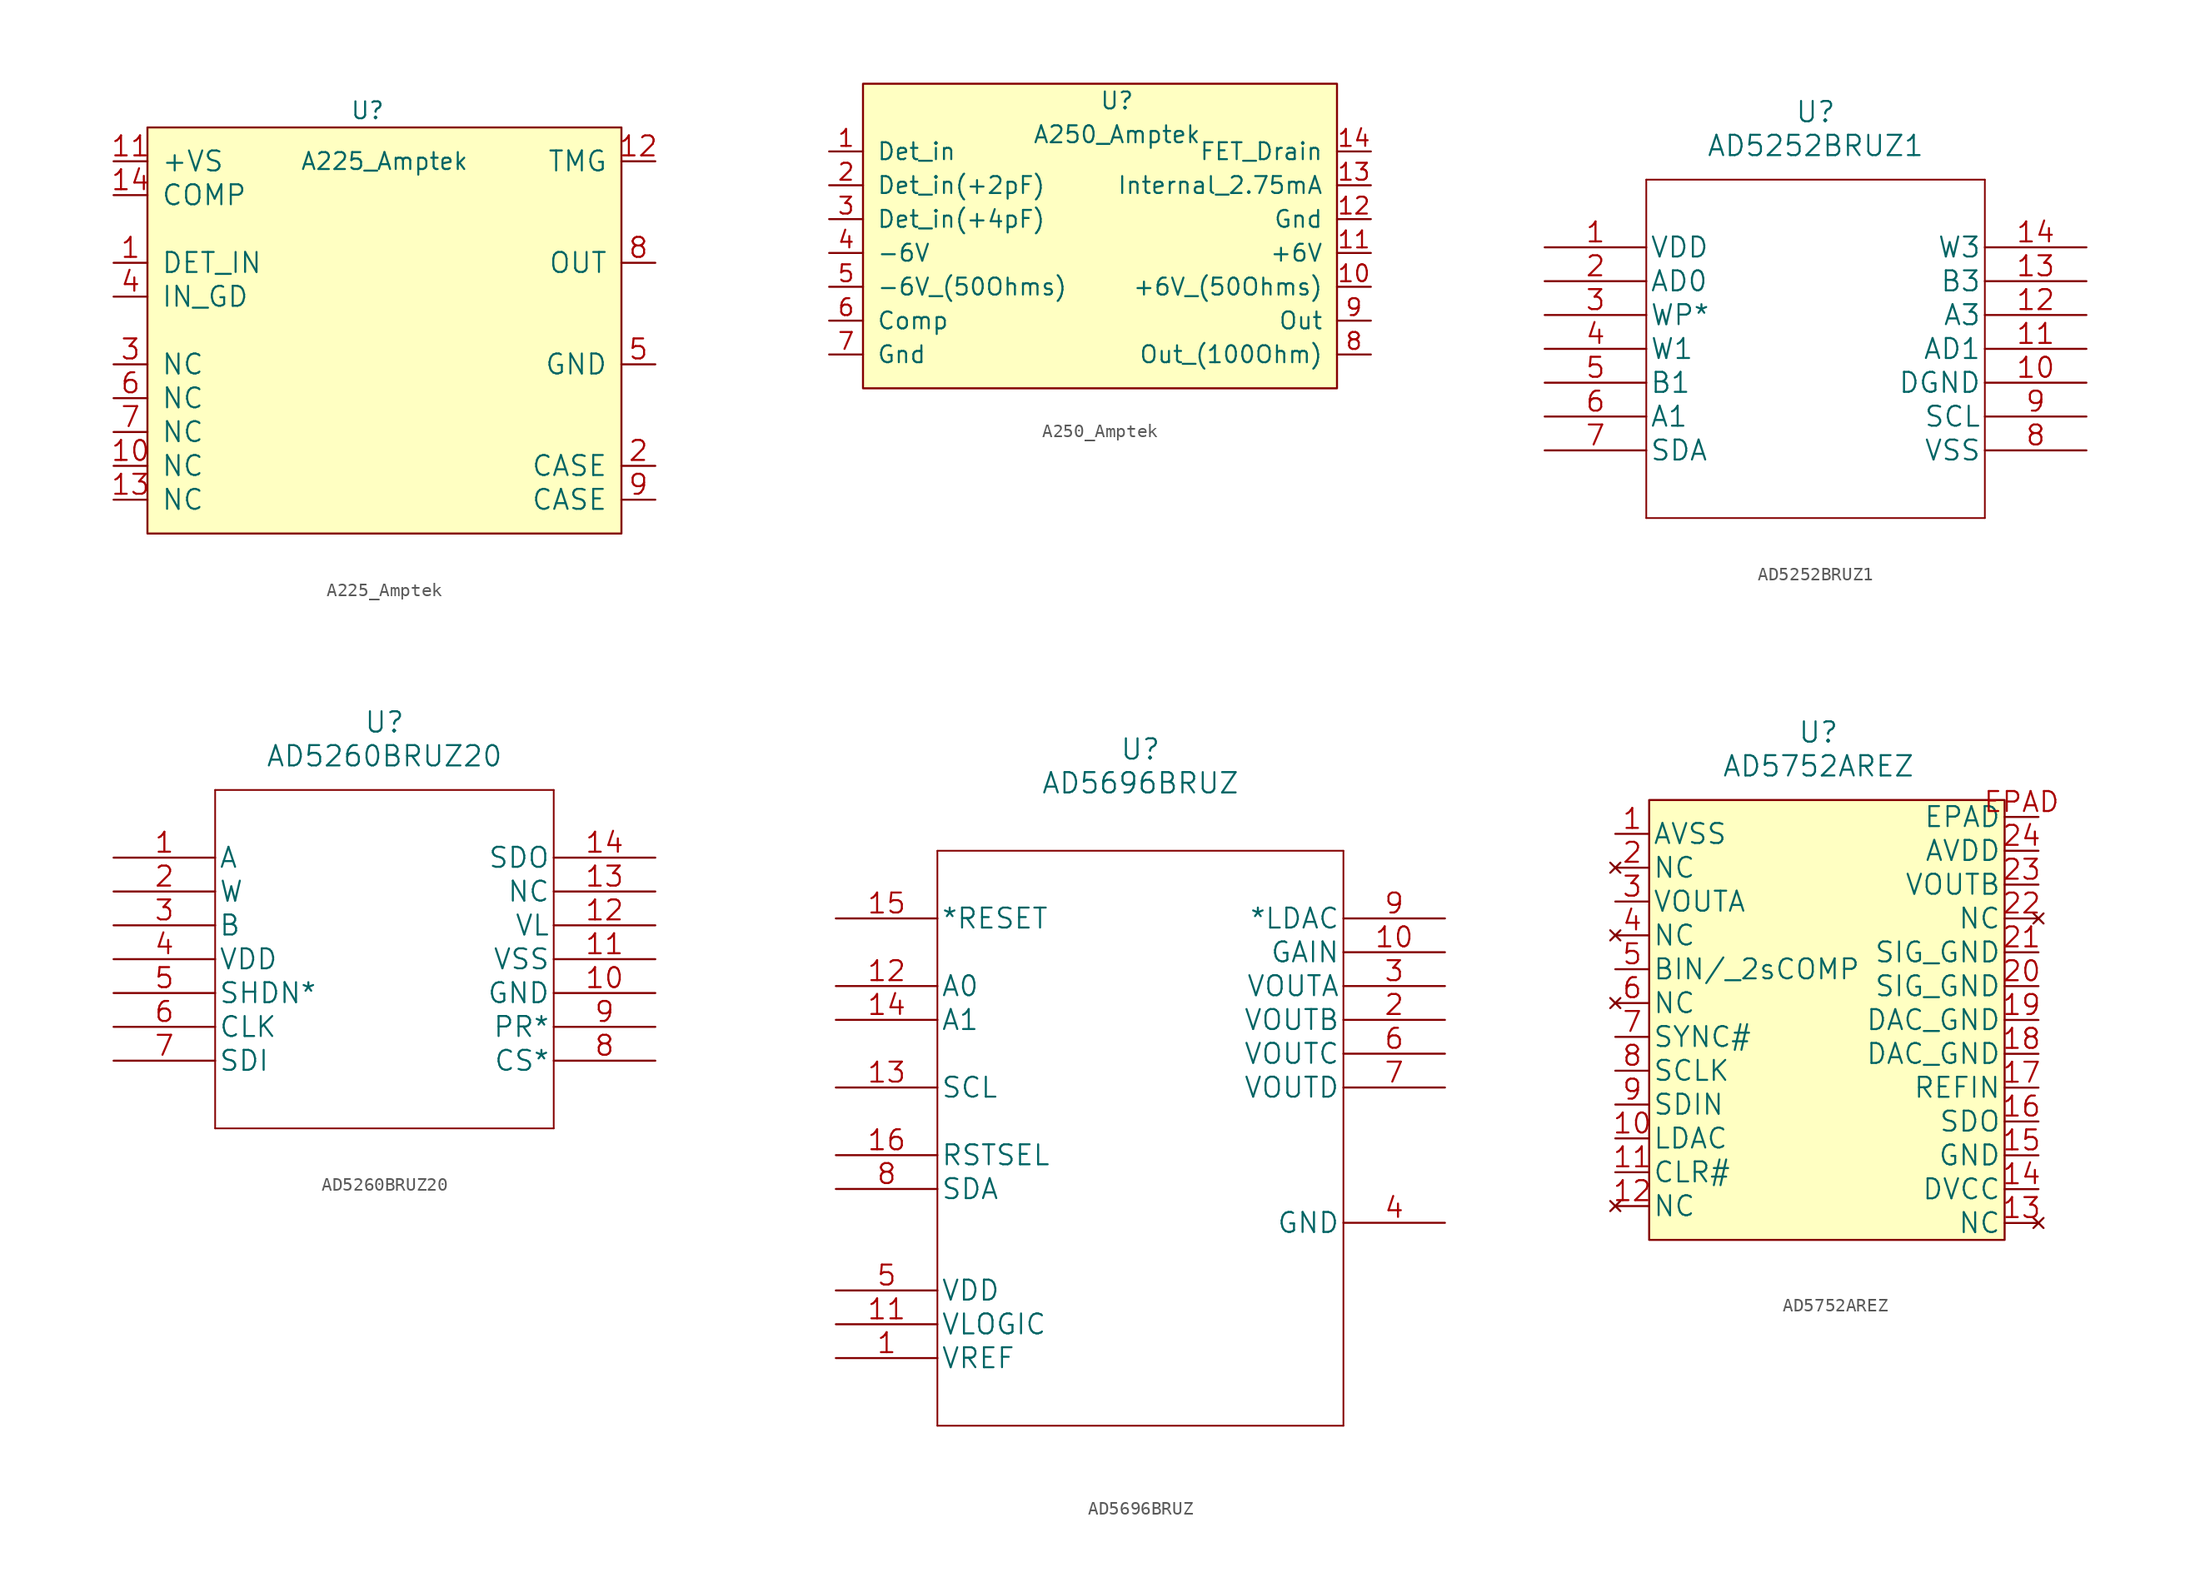
<source format=kicad_sym>
(kicad_symbol_lib
  (version 20211014)
  (generator kicad_symbol_editor)
  (symbol "A225_Amptek"
    (pin_names
      (offset 1.016))
    (property "Reference" "U"
      (at 0 25.4 0)
      (effects (font (size 1.27 1.27))))
    (property "Value" "A225_Amptek"
      (at 1.27 21.59 0)
      (effects (font (size 1.27 1.27))))
    (symbol "A225_Amptek_1_1"
      (rectangle (start -16.51 24.13) (end 19.05 -6.35) (stroke (width 0) (type default) (color 0 0 0 0)) (fill (type background)))
      (pin input line (at -19.05 13.97 0) (length 2.54) (name "DET_IN" (effects (font (size 1.499 1.499)))) (number "1" (effects (font (size 1.499 1.499)))))
      (pin input line (at -19.05 -1.27 0) (length 2.54) (name "NC" (effects (font (size 1.499 1.499)))) (number "10" (effects (font (size 1.499 1.499)))))
      (pin power_in line (at -19.05 21.59 0) (length 2.54) (name "+VS" (effects (font (size 1.499 1.499)))) (number "11" (effects (font (size 1.499 1.499)))))
      (pin output line (at 21.59 21.59 180) (length 2.54) (name "TMG" (effects (font (size 1.499 1.499)))) (number "12" (effects (font (size 1.499 1.499)))))
      (pin input line (at -19.05 -3.81 0) (length 2.54) (name "NC" (effects (font (size 1.499 1.499)))) (number "13" (effects (font (size 1.499 1.499)))))
      (pin input line (at -19.05 19.05 0) (length 2.54) (name "COMP" (effects (font (size 1.499 1.499)))) (number "14" (effects (font (size 1.499 1.499)))))
      (pin input line (at 21.59 -1.27 180) (length 2.54) (name "CASE" (effects (font (size 1.499 1.499)))) (number "2" (effects (font (size 1.499 1.499)))))
      (pin input line (at -19.05 6.35 0) (length 2.54) (name "NC" (effects (font (size 1.499 1.499)))) (number "3" (effects (font (size 1.499 1.499)))))
      (pin input line (at -19.05 11.43 0) (length 2.54) (name "IN_GD" (effects (font (size 1.499 1.499)))) (number "4" (effects (font (size 1.499 1.499)))))
      (pin power_in line (at 21.59 6.35 180) (length 2.54) (name "GND" (effects (font (size 1.499 1.499)))) (number "5" (effects (font (size 1.499 1.499)))))
      (pin input line (at -19.05 3.81 0) (length 2.54) (name "NC" (effects (font (size 1.499 1.499)))) (number "6" (effects (font (size 1.499 1.499)))))
      (pin input line (at -19.05 1.27 0) (length 2.54) (name "NC" (effects (font (size 1.499 1.499)))) (number "7" (effects (font (size 1.499 1.499)))))
      (pin output line (at 21.59 13.97 180) (length 2.54) (name "OUT" (effects (font (size 1.499 1.499)))) (number "8" (effects (font (size 1.499 1.499)))))
      (pin input line (at 21.59 -3.81 180) (length 2.54) (name "CASE" (effects (font (size 1.499 1.499)))) (number "9" (effects (font (size 1.499 1.499)))))))
  (symbol "A250_Amptek"
    (pin_names
      (offset 1.016))
    (property "Reference" "U"
      (at 21.59 20.32 0)
      (effects (font (size 1.27 1.27))))
    (property "Value" "A250_Amptek"
      (at 21.59 17.78 0)
      (effects (font (size 1.27 1.27))))
    (symbol "A250_Amptek_0_1"
      (rectangle (start 2.54 21.59) (end 38.1 -1.27) (stroke (width 0) (type default) (color 0 0 0 0)) (fill (type background))))
    (symbol "A250_Amptek_1_1"
      (pin input line (at 0 16.51 0) (length 2.54) (name "Det_in" (effects (font (size 1.27 1.27)))) (number "1" (effects (font (size 1.27 1.27)))))
      (pin power_in line (at 40.64 6.35 180) (length 2.54) (name "+6V_(50Ohms)" (effects (font (size 1.27 1.27)))) (number "10" (effects (font (size 1.27 1.27)))))
      (pin power_in line (at 40.64 8.89 180) (length 2.54) (name "+6V" (effects (font (size 1.27 1.27)))) (number "11" (effects (font (size 1.27 1.27)))))
      (pin power_in line (at 40.64 11.43 180) (length 2.54) (name "Gnd" (effects (font (size 1.27 1.27)))) (number "12" (effects (font (size 1.27 1.27)))))
      (pin input line (at 40.64 13.97 180) (length 2.54) (name "Internal_2.75mA" (effects (font (size 1.27 1.27)))) (number "13" (effects (font (size 1.27 1.27)))))
      (pin input line (at 40.64 16.51 180) (length 2.54) (name "FET_Drain" (effects (font (size 1.27 1.27)))) (number "14" (effects (font (size 1.27 1.27)))))
      (pin input line (at 0 13.97 0) (length 2.54) (name "Det_in(+2pF)" (effects (font (size 1.27 1.27)))) (number "2" (effects (font (size 1.27 1.27)))))
      (pin input line (at 0 11.43 0) (length 2.54) (name "Det_in(+4pF)" (effects (font (size 1.27 1.27)))) (number "3" (effects (font (size 1.27 1.27)))))
      (pin power_in line (at 0 8.89 0) (length 2.54) (name "-6V" (effects (font (size 1.27 1.27)))) (number "4" (effects (font (size 1.27 1.27)))))
      (pin power_in line (at 0 6.35 0) (length 2.54) (name "-6V_(50Ohms)" (effects (font (size 1.27 1.27)))) (number "5" (effects (font (size 1.27 1.27)))))
      (pin bidirectional line (at 0 3.81 0) (length 2.54) (name "Comp" (effects (font (size 1.27 1.27)))) (number "6" (effects (font (size 1.27 1.27)))))
      (pin power_in line (at 0 1.27 0) (length 2.54) (name "Gnd" (effects (font (size 1.27 1.27)))) (number "7" (effects (font (size 1.27 1.27)))))
      (pin output line (at 40.64 1.27 180) (length 2.54) (name "Out_(100Ohm)" (effects (font (size 1.27 1.27)))) (number "8" (effects (font (size 1.27 1.27)))))
      (pin output line (at 40.64 3.81 180) (length 2.54) (name "Out" (effects (font (size 1.27 1.27)))) (number "9" (effects (font (size 1.27 1.27)))))))
  (symbol "AD5252BRUZ1"
    (pin_names
      (offset 0.254))
    (property "Reference" "U"
      (at 20.32 10.16 0)
      (effects (font (size 1.524 1.524))))
    (property "Value" "AD5252BRUZ1"
      (at 20.32 7.62 0)
      (effects (font (size 1.524 1.524))))
    (property "Datasheet" ""
      (at 0 0 0)
      (effects (font (size 1.524 1.524))))
    (property "ki_locked" ""
      (at 0 0 0)
      (effects (font (size 1.27 1.27))))
    (symbol "AD5252BRUZ1_1_1"
      (polyline (pts (xy 7.62 -20.32) (xy 33.02 -20.32)) (stroke (width 0.127) (type default) (color 0 0 0 0)) (fill (type none)))
      (polyline (pts (xy 7.62 5.08) (xy 7.62 -20.32)) (stroke (width 0.127) (type default) (color 0 0 0 0)) (fill (type none)))
      (polyline (pts (xy 33.02 -20.32) (xy 33.02 5.08)) (stroke (width 0.127) (type default) (color 0 0 0 0)) (fill (type none)))
      (polyline (pts (xy 33.02 5.08) (xy 7.62 5.08)) (stroke (width 0.127) (type default) (color 0 0 0 0)) (fill (type none)))
      (pin power_in line (at 0 0 0) (length 7.62) (name "VDD" (effects (font (size 1.499 1.499)))) (number "1" (effects (font (size 1.499 1.499)))))
      (pin unspecified line (at 40.64 -10.16 180) (length 7.62) (name "DGND" (effects (font (size 1.499 1.499)))) (number "10" (effects (font (size 1.499 1.499)))))
      (pin unspecified line (at 40.64 -7.62 180) (length 7.62) (name "AD1" (effects (font (size 1.499 1.499)))) (number "11" (effects (font (size 1.499 1.499)))))
      (pin unspecified line (at 40.64 -5.08 180) (length 7.62) (name "A3" (effects (font (size 1.499 1.499)))) (number "12" (effects (font (size 1.499 1.499)))))
      (pin unspecified line (at 40.64 -2.54 180) (length 7.62) (name "B3" (effects (font (size 1.499 1.499)))) (number "13" (effects (font (size 1.499 1.499)))))
      (pin unspecified line (at 40.64 0 180) (length 7.62) (name "W3" (effects (font (size 1.499 1.499)))) (number "14" (effects (font (size 1.499 1.499)))))
      (pin unspecified line (at 0 -2.54 0) (length 7.62) (name "AD0" (effects (font (size 1.499 1.499)))) (number "2" (effects (font (size 1.499 1.499)))))
      (pin unspecified line (at 0 -5.08 0) (length 7.62) (name "WP*" (effects (font (size 1.499 1.499)))) (number "3" (effects (font (size 1.499 1.499)))))
      (pin unspecified line (at 0 -7.62 0) (length 7.62) (name "W1" (effects (font (size 1.499 1.499)))) (number "4" (effects (font (size 1.499 1.499)))))
      (pin unspecified line (at 0 -10.16 0) (length 7.62) (name "B1" (effects (font (size 1.499 1.499)))) (number "5" (effects (font (size 1.499 1.499)))))
      (pin unspecified line (at 0 -12.7 0) (length 7.62) (name "A1" (effects (font (size 1.499 1.499)))) (number "6" (effects (font (size 1.499 1.499)))))
      (pin unspecified line (at 0 -15.24 0) (length 7.62) (name "SDA" (effects (font (size 1.499 1.499)))) (number "7" (effects (font (size 1.499 1.499)))))
      (pin power_in line (at 40.64 -15.24 180) (length 7.62) (name "VSS" (effects (font (size 1.499 1.499)))) (number "8" (effects (font (size 1.499 1.499)))))
      (pin unspecified line (at 40.64 -12.7 180) (length 7.62) (name "SCL" (effects (font (size 1.499 1.499)))) (number "9" (effects (font (size 1.499 1.499)))))))
  (symbol "AD5260BRUZ20"
    (pin_names
      (offset 0.254))
    (property "Reference" "U"
      (at 20.32 10.16 0)
      (effects (font (size 1.524 1.524))))
    (property "Value" "AD5260BRUZ20"
      (at 20.32 7.62 0)
      (effects (font (size 1.524 1.524))))
    (property "Datasheet" ""
      (at 0 0 0)
      (effects (font (size 1.524 1.524))))
    (property "ki_locked" ""
      (at 0 0 0)
      (effects (font (size 1.27 1.27))))
    (symbol "AD5260BRUZ20_1_1"
      (polyline (pts (xy 7.62 -20.32) (xy 33.02 -20.32)) (stroke (width 0.127) (type default) (color 0 0 0 0)) (fill (type none)))
      (polyline (pts (xy 7.62 5.08) (xy 7.62 -20.32)) (stroke (width 0.127) (type default) (color 0 0 0 0)) (fill (type none)))
      (polyline (pts (xy 33.02 -20.32) (xy 33.02 5.08)) (stroke (width 0.127) (type default) (color 0 0 0 0)) (fill (type none)))
      (polyline (pts (xy 33.02 5.08) (xy 7.62 5.08)) (stroke (width 0.127) (type default) (color 0 0 0 0)) (fill (type none)))
      (pin unspecified line (at 0 0 0) (length 7.62) (name "A" (effects (font (size 1.499 1.499)))) (number "1" (effects (font (size 1.499 1.499)))))
      (pin unspecified line (at 40.64 -10.16 180) (length 7.62) (name "GND" (effects (font (size 1.499 1.499)))) (number "10" (effects (font (size 1.499 1.499)))))
      (pin power_in line (at 40.64 -7.62 180) (length 7.62) (name "VSS" (effects (font (size 1.499 1.499)))) (number "11" (effects (font (size 1.499 1.499)))))
      (pin power_in line (at 40.64 -5.08 180) (length 7.62) (name "VL" (effects (font (size 1.499 1.499)))) (number "12" (effects (font (size 1.499 1.499)))))
      (pin unspecified line (at 40.64 -2.54 180) (length 7.62) (name "NC" (effects (font (size 1.499 1.499)))) (number "13" (effects (font (size 1.499 1.499)))))
      (pin unspecified line (at 40.64 0 180) (length 7.62) (name "SDO" (effects (font (size 1.499 1.499)))) (number "14" (effects (font (size 1.499 1.499)))))
      (pin unspecified line (at 0 -2.54 0) (length 7.62) (name "W" (effects (font (size 1.499 1.499)))) (number "2" (effects (font (size 1.499 1.499)))))
      (pin unspecified line (at 0 -5.08 0) (length 7.62) (name "B" (effects (font (size 1.499 1.499)))) (number "3" (effects (font (size 1.499 1.499)))))
      (pin power_in line (at 0 -7.62 0) (length 7.62) (name "VDD" (effects (font (size 1.499 1.499)))) (number "4" (effects (font (size 1.499 1.499)))))
      (pin unspecified line (at 0 -10.16 0) (length 7.62) (name "SHDN*" (effects (font (size 1.499 1.499)))) (number "5" (effects (font (size 1.499 1.499)))))
      (pin unspecified line (at 0 -12.7 0) (length 7.62) (name "CLK" (effects (font (size 1.499 1.499)))) (number "6" (effects (font (size 1.499 1.499)))))
      (pin unspecified line (at 0 -15.24 0) (length 7.62) (name "SDI" (effects (font (size 1.499 1.499)))) (number "7" (effects (font (size 1.499 1.499)))))
      (pin unspecified line (at 40.64 -15.24 180) (length 7.62) (name "CS*" (effects (font (size 1.499 1.499)))) (number "8" (effects (font (size 1.499 1.499)))))
      (pin unspecified line (at 40.64 -12.7 180) (length 7.62) (name "PR*" (effects (font (size 1.499 1.499)))) (number "9" (effects (font (size 1.499 1.499)))))))
  (symbol "AD5696BRUZ"
    (pin_names
      (offset 0.254))
    (property "Reference" "U"
      (at 22.86 12.7 0)
      (effects (font (size 1.524 1.524))))
    (property "Value" "AD5696BRUZ"
      (at 22.86 10.16 0)
      (effects (font (size 1.524 1.524))))
    (property "Datasheet" ""
      (at 0 0 0)
      (effects (font (size 1.524 1.524))))
    (property "ki_locked" ""
      (at 0 0 0)
      (effects (font (size 1.27 1.27))))
    (symbol "AD5696BRUZ_1_1"
      (polyline (pts (xy 7.62 -38.1) (xy 38.1 -38.1)) (stroke (width 0.127) (type default) (color 0 0 0 0)) (fill (type none)))
      (polyline (pts (xy 7.62 5.08) (xy 7.62 -38.1)) (stroke (width 0.127) (type default) (color 0 0 0 0)) (fill (type none)))
      (polyline (pts (xy 38.1 -38.1) (xy 38.1 5.08)) (stroke (width 0.127) (type default) (color 0 0 0 0)) (fill (type none)))
      (polyline (pts (xy 38.1 5.08) (xy 7.62 5.08)) (stroke (width 0.127) (type default) (color 0 0 0 0)) (fill (type none)))
      (pin input line (at 0 -33.02 0) (length 7.62) (name "VREF" (effects (font (size 1.499 1.499)))) (number "1" (effects (font (size 1.499 1.499)))))
      (pin output line (at 45.72 -2.54 180) (length 7.62) (name "GAIN" (effects (font (size 1.499 1.499)))) (number "10" (effects (font (size 1.499 1.499)))))
      (pin power_in line (at 0 -30.48 0) (length 7.62) (name "VLOGIC" (effects (font (size 1.499 1.499)))) (number "11" (effects (font (size 1.499 1.499)))))
      (pin input line (at 0 -5.08 0) (length 7.62) (name "A0" (effects (font (size 1.499 1.499)))) (number "12" (effects (font (size 1.499 1.499)))))
      (pin input line (at 0 -12.7 0) (length 7.62) (name "SCL" (effects (font (size 1.499 1.499)))) (number "13" (effects (font (size 1.499 1.499)))))
      (pin input line (at 0 -7.62 0) (length 7.62) (name "A1" (effects (font (size 1.499 1.499)))) (number "14" (effects (font (size 1.499 1.499)))))
      (pin input line (at 0 0 0) (length 7.62) (name "*RESET" (effects (font (size 1.499 1.499)))) (number "15" (effects (font (size 1.499 1.499)))))
      (pin input line (at 0 -17.78 0) (length 7.62) (name "RSTSEL" (effects (font (size 1.499 1.499)))) (number "16" (effects (font (size 1.499 1.499)))))
      (pin output line (at 45.72 -7.62 180) (length 7.62) (name "VOUTB" (effects (font (size 1.499 1.499)))) (number "2" (effects (font (size 1.499 1.499)))))
      (pin output line (at 45.72 -5.08 180) (length 7.62) (name "VOUTA" (effects (font (size 1.499 1.499)))) (number "3" (effects (font (size 1.499 1.499)))))
      (pin power_in line (at 45.72 -22.86 180) (length 7.62) (name "GND" (effects (font (size 1.499 1.499)))) (number "4" (effects (font (size 1.499 1.499)))))
      (pin power_in line (at 0 -27.94 0) (length 7.62) (name "VDD" (effects (font (size 1.499 1.499)))) (number "5" (effects (font (size 1.499 1.499)))))
      (pin output line (at 45.72 -10.16 180) (length 7.62) (name "VOUTC" (effects (font (size 1.499 1.499)))) (number "6" (effects (font (size 1.499 1.499)))))
      (pin output line (at 45.72 -12.7 180) (length 7.62) (name "VOUTD" (effects (font (size 1.499 1.499)))) (number "7" (effects (font (size 1.499 1.499)))))
      (pin bidirectional line (at 0 -20.32 0) (length 7.62) (name "SDA" (effects (font (size 1.499 1.499)))) (number "8" (effects (font (size 1.499 1.499)))))
      (pin output line (at 45.72 0 180) (length 7.62) (name "*LDAC" (effects (font (size 1.499 1.499)))) (number "9" (effects (font (size 1.499 1.499)))))))
  (symbol "AD5752AREZ"
    (pin_names
      (offset 0.254))
    (property "Reference" "U"
      (at 15.24 7.62 0)
      (effects (font (size 1.524 1.524))))
    (property "Value" "AD5752AREZ"
      (at 15.24 5.08 0)
      (effects (font (size 1.524 1.524))))
    (property "Datasheet" ""
      (at 0 0 0)
      (effects (font (size 1.524 1.524))))
    (property "ki_locked" ""
      (at 0 0 0)
      (effects (font (size 1.27 1.27))))
    (symbol "AD5752AREZ_0_1"
      (rectangle (start 2.54 2.54) (end 29.21 -30.48) (stroke (width 0) (type default) (color 0 0 0 0)) (fill (type background))))
    (symbol "AD5752AREZ_1_1"
      (pin power_in line (at 0 0 0) (length 2.54) (name "AVSS" (effects (font (size 1.499 1.499)))) (number "1" (effects (font (size 1.499 1.499)))))
      (pin input line (at 0 -22.86 0) (length 2.54) (name "LDAC" (effects (font (size 1.499 1.499)))) (number "10" (effects (font (size 1.499 1.499)))))
      (pin input line (at 0 -25.4 0) (length 2.54) (name "CLR#" (effects (font (size 1.499 1.499)))) (number "11" (effects (font (size 1.499 1.499)))))
      (pin no_connect line (at 0 -27.94 0) (length 2.54) (name "NC" (effects (font (size 1.499 1.499)))) (number "12" (effects (font (size 1.499 1.499)))))
      (pin no_connect line (at 31.75 -29.21 180) (length 2.54) (name "NC" (effects (font (size 1.499 1.499)))) (number "13" (effects (font (size 1.499 1.499)))))
      (pin power_in line (at 31.75 -26.67 180) (length 2.54) (name "DVCC" (effects (font (size 1.499 1.499)))) (number "14" (effects (font (size 1.499 1.499)))))
      (pin power_in line (at 31.75 -24.13 180) (length 2.54) (name "GND" (effects (font (size 1.499 1.499)))) (number "15" (effects (font (size 1.499 1.499)))))
      (pin bidirectional line (at 31.75 -21.59 180) (length 2.54) (name "SDO" (effects (font (size 1.499 1.499)))) (number "16" (effects (font (size 1.499 1.499)))))
      (pin input line (at 31.75 -19.05 180) (length 2.54) (name "REFIN" (effects (font (size 1.499 1.499)))) (number "17" (effects (font (size 1.499 1.499)))))
      (pin power_in line (at 31.75 -16.51 180) (length 2.54) (name "DAC_GND" (effects (font (size 1.499 1.499)))) (number "18" (effects (font (size 1.499 1.499)))))
      (pin power_in line (at 31.75 -13.97 180) (length 2.54) (name "DAC_GND" (effects (font (size 1.499 1.499)))) (number "19" (effects (font (size 1.499 1.499)))))
      (pin no_connect line (at 0 -2.54 0) (length 2.54) (name "NC" (effects (font (size 1.499 1.499)))) (number "2" (effects (font (size 1.499 1.499)))))
      (pin power_in line (at 31.75 -11.43 180) (length 2.54) (name "SIG_GND" (effects (font (size 1.499 1.499)))) (number "20" (effects (font (size 1.499 1.499)))))
      (pin power_in line (at 31.75 -8.89 180) (length 2.54) (name "SIG_GND" (effects (font (size 1.499 1.499)))) (number "21" (effects (font (size 1.499 1.499)))))
      (pin no_connect line (at 31.75 -6.35 180) (length 2.54) (name "NC" (effects (font (size 1.499 1.499)))) (number "22" (effects (font (size 1.499 1.499)))))
      (pin output line (at 31.75 -3.81 180) (length 2.54) (name "VOUTB" (effects (font (size 1.499 1.499)))) (number "23" (effects (font (size 1.499 1.499)))))
      (pin power_in line (at 31.75 -1.27 180) (length 2.54) (name "AVDD" (effects (font (size 1.499 1.499)))) (number "24" (effects (font (size 1.499 1.499)))))
      (pin output line (at 0 -5.08 0) (length 2.54) (name "VOUTA" (effects (font (size 1.499 1.499)))) (number "3" (effects (font (size 1.499 1.499)))))
      (pin no_connect line (at 0 -7.62 0) (length 2.54) (name "NC" (effects (font (size 1.499 1.499)))) (number "4" (effects (font (size 1.499 1.499)))))
      (pin input line (at 0 -10.16 0) (length 2.54) (name "BIN/_2sCOMP" (effects (font (size 1.499 1.499)))) (number "5" (effects (font (size 1.499 1.499)))))
      (pin no_connect line (at 0 -12.7 0) (length 2.54) (name "NC" (effects (font (size 1.499 1.499)))) (number "6" (effects (font (size 1.499 1.499)))))
      (pin input line (at 0 -15.24 0) (length 2.54) (name "SYNC#" (effects (font (size 1.499 1.499)))) (number "7" (effects (font (size 1.499 1.499)))))
      (pin input line (at 0 -17.78 0) (length 2.54) (name "SCLK" (effects (font (size 1.499 1.499)))) (number "8" (effects (font (size 1.499 1.499)))))
      (pin bidirectional line (at 0 -20.32 0) (length 2.54) (name "SDIN" (effects (font (size 1.499 1.499)))) (number "9" (effects (font (size 1.499 1.499)))))
      (pin power_in line (at 31.75 1.27 180) (length 2.54) (name "EPAD" (effects (font (size 1.499 1.499)))) (number "EPAD" (effects (font (size 1.499 1.499))))))))
</source>
